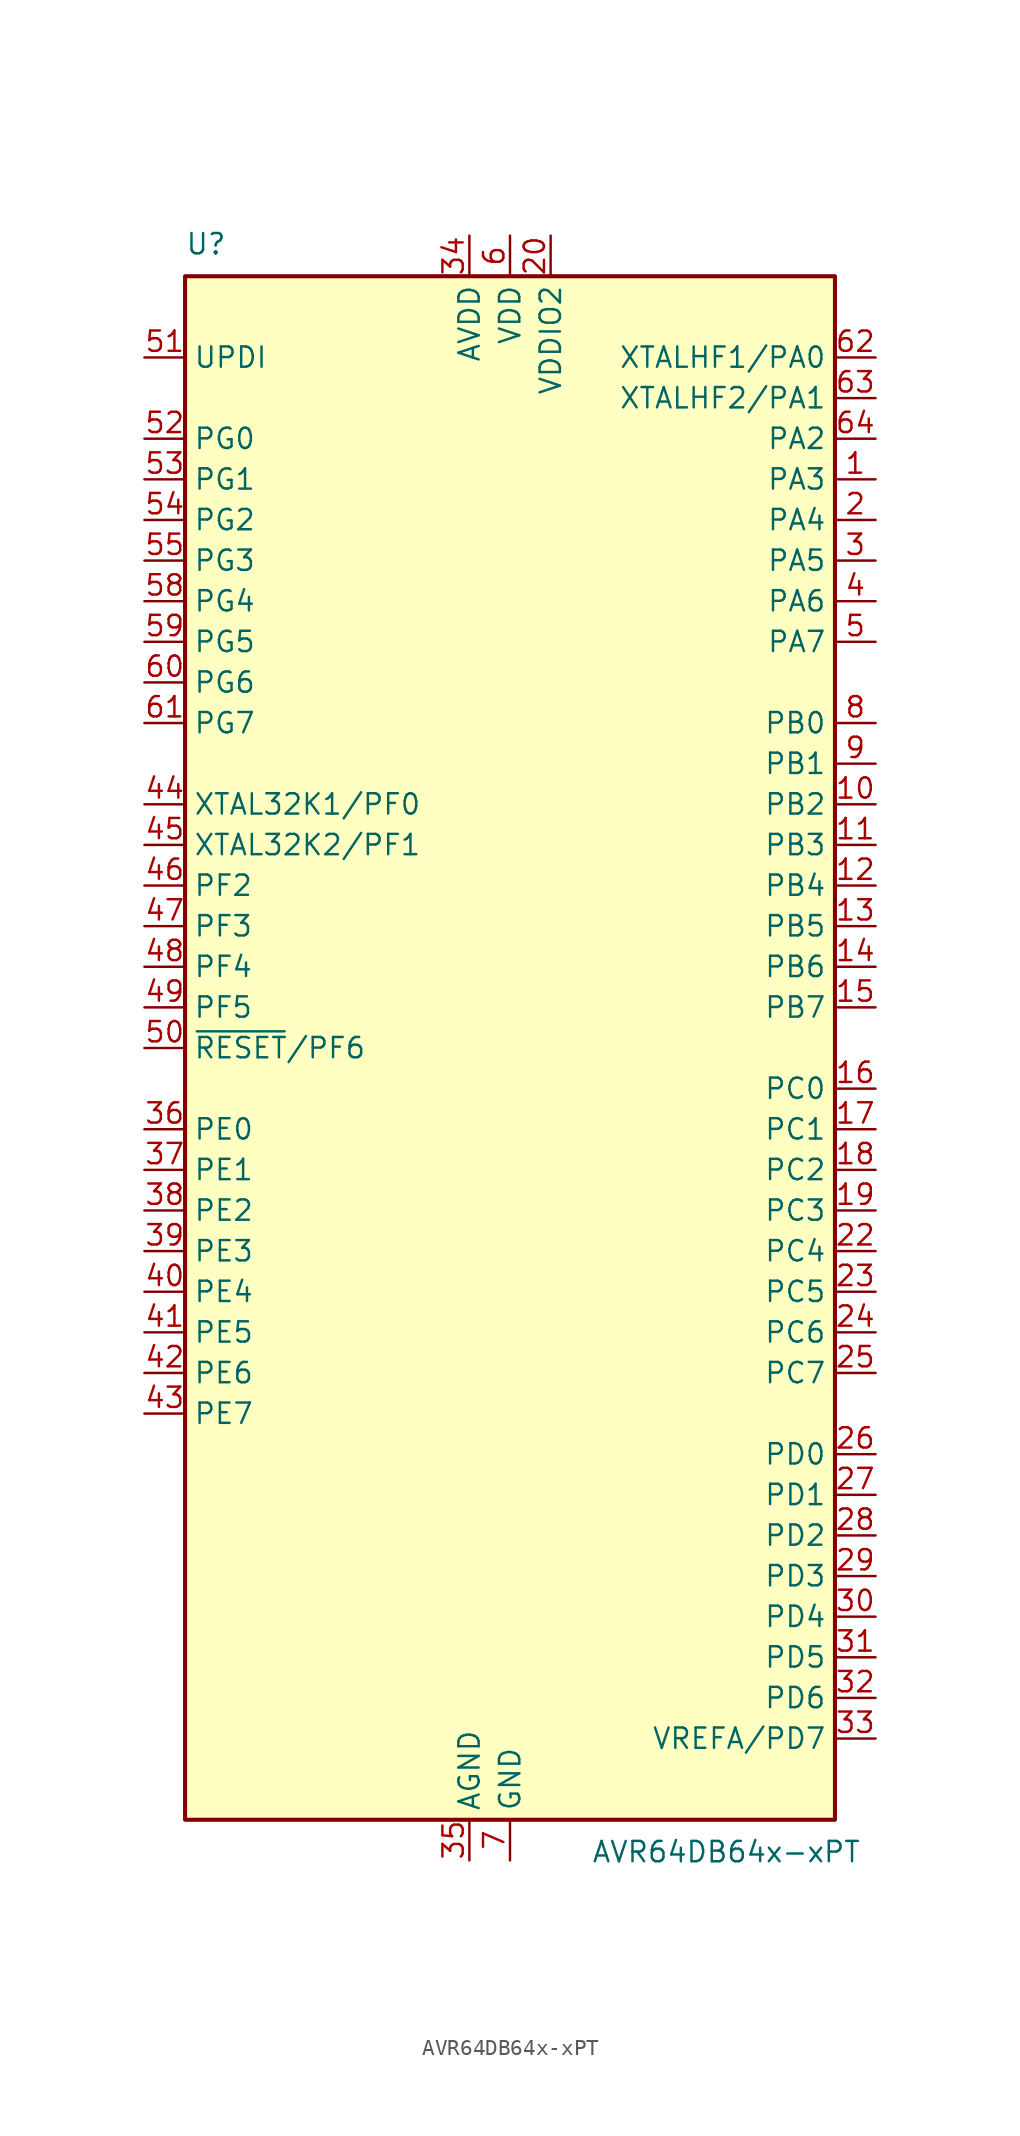
<source format=kicad_sym>
(kicad_symbol_lib
  (version 20211014)
  (generator kicad_symbol_editor)
  (symbol "AVR64DB64x-xPT"
    (property "Reference" "U"
      (at -20.32 49.53 0)
      (effects (font (size 1.27 1.27)) (justify left bottom)))
    (property "Value" "AVR64DB64x-xPT"
      (at 5.08 -49.53 0)
      (effects (font (size 1.27 1.27)) (justify left top)))
    (symbol "AVR64DB64x-xPT_0_1"
      (rectangle (start -20.32 48.26) (end 20.32 -48.26) (stroke (width 0.254) (type default) (color 0 0 0 0)) (fill (type background))))
    (symbol "AVR64DB64x-xPT_1_1"
      (pin bidirectional line (at 22.86 43.18 180) (length 2.54) (name "XTALHF1/PA0" (effects (font (size 1.27 1.27)))) (number "62" (effects (font (size 1.27 1.27)))))
      (pin bidirectional line (at 22.86 40.64 180) (length 2.54) (name "XTALHF2/PA1" (effects (font (size 1.27 1.27)))) (number "63" (effects (font (size 1.27 1.27)))))
      (pin bidirectional line (at 22.86 38.10 180) (length 2.54) (name "PA2" (effects (font (size 1.27 1.27)))) (number "64" (effects (font (size 1.27 1.27)))))
      (pin bidirectional line (at 22.86 35.56 180) (length 2.54) (name "PA3" (effects (font (size 1.27 1.27)))) (number "1" (effects (font (size 1.27 1.27)))))
      (pin bidirectional line (at 22.86 33.02 180) (length 2.54) (name "PA4" (effects (font (size 1.27 1.27)))) (number "2" (effects (font (size 1.27 1.27)))))
      (pin bidirectional line (at 22.86 30.48 180) (length 2.54) (name "PA5" (effects (font (size 1.27 1.27)))) (number "3" (effects (font (size 1.27 1.27)))))
      (pin bidirectional line (at 22.86 27.94 180) (length 2.54) (name "PA6" (effects (font (size 1.27 1.27)))) (number "4" (effects (font (size 1.27 1.27)))))
      (pin bidirectional line (at 22.86 25.40 180) (length 2.54) (name "PA7" (effects (font (size 1.27 1.27)))) (number "5" (effects (font (size 1.27 1.27)))))
      (pin bidirectional line (at 22.86 20.32 180) (length 2.54) (name "PB0" (effects (font (size 1.27 1.27)))) (number "8" (effects (font (size 1.27 1.27)))))
      (pin bidirectional line (at 22.86 17.78 180) (length 2.54) (name "PB1" (effects (font (size 1.27 1.27)))) (number "9" (effects (font (size 1.27 1.27)))))
      (pin bidirectional line (at 22.86 15.24 180) (length 2.54) (name "PB2" (effects (font (size 1.27 1.27)))) (number "10" (effects (font (size 1.27 1.27)))))
      (pin bidirectional line (at 22.86 12.70 180) (length 2.54) (name "PB3" (effects (font (size 1.27 1.27)))) (number "11" (effects (font (size 1.27 1.27)))))
      (pin bidirectional line (at 22.86 10.16 180) (length 2.54) (name "PB4" (effects (font (size 1.27 1.27)))) (number "12" (effects (font (size 1.27 1.27)))))
      (pin bidirectional line (at 22.86 7.62 180) (length 2.54) (name "PB5" (effects (font (size 1.27 1.27)))) (number "13" (effects (font (size 1.27 1.27)))))
      (pin bidirectional line (at 22.86 5.08 180) (length 2.54) (name "PB6" (effects (font (size 1.27 1.27)))) (number "14" (effects (font (size 1.27 1.27)))))
      (pin bidirectional line (at 22.86 2.54 180) (length 2.54) (name "PB7" (effects (font (size 1.27 1.27)))) (number "15" (effects (font (size 1.27 1.27)))))
      (pin bidirectional line (at 22.86 -2.54 180) (length 2.54) (name "PC0" (effects (font (size 1.27 1.27)))) (number "16" (effects (font (size 1.27 1.27)))))
      (pin bidirectional line (at 22.86 -5.08 180) (length 2.54) (name "PC1" (effects (font (size 1.27 1.27)))) (number "17" (effects (font (size 1.27 1.27)))))
      (pin bidirectional line (at 22.86 -7.62 180) (length 2.54) (name "PC2" (effects (font (size 1.27 1.27)))) (number "18" (effects (font (size 1.27 1.27)))))
      (pin bidirectional line (at 22.86 -10.16 180) (length 2.54) (name "PC3" (effects (font (size 1.27 1.27)))) (number "19" (effects (font (size 1.27 1.27)))))
      (pin bidirectional line (at 22.86 -12.70 180) (length 2.54) (name "PC4" (effects (font (size 1.27 1.27)))) (number "22" (effects (font (size 1.27 1.27)))))
      (pin bidirectional line (at 22.86 -15.24 180) (length 2.54) (name "PC5" (effects (font (size 1.27 1.27)))) (number "23" (effects (font (size 1.27 1.27)))))
      (pin bidirectional line (at 22.86 -17.78 180) (length 2.54) (name "PC6" (effects (font (size 1.27 1.27)))) (number "24" (effects (font (size 1.27 1.27)))))
      (pin bidirectional line (at 22.86 -20.32 180) (length 2.54) (name "PC7" (effects (font (size 1.27 1.27)))) (number "25" (effects (font (size 1.27 1.27)))))
      (pin bidirectional line (at 22.86 -25.40 180) (length 2.54) (name "PD0" (effects (font (size 1.27 1.27)))) (number "26" (effects (font (size 1.27 1.27)))))
      (pin bidirectional line (at 22.86 -27.94 180) (length 2.54) (name "PD1" (effects (font (size 1.27 1.27)))) (number "27" (effects (font (size 1.27 1.27)))))
      (pin bidirectional line (at 22.86 -30.48 180) (length 2.54) (name "PD2" (effects (font (size 1.27 1.27)))) (number "28" (effects (font (size 1.27 1.27)))))
      (pin bidirectional line (at 22.86 -33.02 180) (length 2.54) (name "PD3" (effects (font (size 1.27 1.27)))) (number "29" (effects (font (size 1.27 1.27)))))
      (pin bidirectional line (at 22.86 -35.56 180) (length 2.54) (name "PD4" (effects (font (size 1.27 1.27)))) (number "30" (effects (font (size 1.27 1.27)))))
      (pin bidirectional line (at 22.86 -38.10 180) (length 2.54) (name "PD5" (effects (font (size 1.27 1.27)))) (number "31" (effects (font (size 1.27 1.27)))))
      (pin bidirectional line (at 22.86 -40.64 180) (length 2.54) (name "PD6" (effects (font (size 1.27 1.27)))) (number "32" (effects (font (size 1.27 1.27)))))
      (pin bidirectional line (at 22.86 -43.18 180) (length 2.54) (name "VREFA/PD7" (effects (font (size 1.27 1.27)))) (number "33" (effects (font (size 1.27 1.27)))))
      (pin input line (at -22.86 43.18 0) (length 2.54) (name "UPDI" (effects (font (size 1.27 1.27)))) (number "51" (effects (font (size 1.27 1.27)))))
      (pin bidirectional line (at -22.86 38.10 0) (length 2.54) (name "PG0" (effects (font (size 1.27 1.27)))) (number "52" (effects (font (size 1.27 1.27)))))
      (pin bidirectional line (at -22.86 35.56 0) (length 2.54) (name "PG1" (effects (font (size 1.27 1.27)))) (number "53" (effects (font (size 1.27 1.27)))))
      (pin bidirectional line (at -22.86 33.02 0) (length 2.54) (name "PG2" (effects (font (size 1.27 1.27)))) (number "54" (effects (font (size 1.27 1.27)))))
      (pin bidirectional line (at -22.86 30.48 0) (length 2.54) (name "PG3" (effects (font (size 1.27 1.27)))) (number "55" (effects (font (size 1.27 1.27)))))
      (pin bidirectional line (at -22.86 27.94 0) (length 2.54) (name "PG4" (effects (font (size 1.27 1.27)))) (number "58" (effects (font (size 1.27 1.27)))))
      (pin bidirectional line (at -22.86 25.40 0) (length 2.54) (name "PG5" (effects (font (size 1.27 1.27)))) (number "59" (effects (font (size 1.27 1.27)))))
      (pin bidirectional line (at -22.86 22.86 0) (length 2.54) (name "PG6" (effects (font (size 1.27 1.27)))) (number "60" (effects (font (size 1.27 1.27)))))
      (pin bidirectional line (at -22.86 20.32 0) (length 2.54) (name "PG7" (effects (font (size 1.27 1.27)))) (number "61" (effects (font (size 1.27 1.27)))))
      (pin bidirectional line (at -22.86 15.24 0) (length 2.54) (name "XTAL32K1/PF0" (effects (font (size 1.27 1.27)))) (number "44" (effects (font (size 1.27 1.27)))))
      (pin bidirectional line (at -22.86 12.70 0) (length 2.54) (name "XTAL32K2/PF1" (effects (font (size 1.27 1.27)))) (number "45" (effects (font (size 1.27 1.27)))))
      (pin bidirectional line (at -22.86 10.16 0) (length 2.54) (name "PF2" (effects (font (size 1.27 1.27)))) (number "46" (effects (font (size 1.27 1.27)))))
      (pin bidirectional line (at -22.86 7.62 0) (length 2.54) (name "PF3" (effects (font (size 1.27 1.27)))) (number "47" (effects (font (size 1.27 1.27)))))
      (pin bidirectional line (at -22.86 5.08 0) (length 2.54) (name "PF4" (effects (font (size 1.27 1.27)))) (number "48" (effects (font (size 1.27 1.27)))))
      (pin bidirectional line (at -22.86 2.54 0) (length 2.54) (name "PF5" (effects (font (size 1.27 1.27)))) (number "49" (effects (font (size 1.27 1.27)))))
      (pin bidirectional line (at -22.86 0.00 0) (length 2.54) (name "~{RESET}/PF6" (effects (font (size 1.27 1.27)))) (number "50" (effects (font (size 1.27 1.27)))))
      (pin bidirectional line (at -22.86 -5.08 0) (length 2.54) (name "PE0" (effects (font (size 1.27 1.27)))) (number "36" (effects (font (size 1.27 1.27)))))
      (pin bidirectional line (at -22.86 -7.62 0) (length 2.54) (name "PE1" (effects (font (size 1.27 1.27)))) (number "37" (effects (font (size 1.27 1.27)))))
      (pin bidirectional line (at -22.86 -10.16 0) (length 2.54) (name "PE2" (effects (font (size 1.27 1.27)))) (number "38" (effects (font (size 1.27 1.27)))))
      (pin bidirectional line (at -22.86 -12.70 0) (length 2.54) (name "PE3" (effects (font (size 1.27 1.27)))) (number "39" (effects (font (size 1.27 1.27)))))
      (pin bidirectional line (at -22.86 -15.24 0) (length 2.54) (name "PE4" (effects (font (size 1.27 1.27)))) (number "40" (effects (font (size 1.27 1.27)))))
      (pin bidirectional line (at -22.86 -17.78 0) (length 2.54) (name "PE5" (effects (font (size 1.27 1.27)))) (number "41" (effects (font (size 1.27 1.27)))))
      (pin bidirectional line (at -22.86 -20.32 0) (length 2.54) (name "PE6" (effects (font (size 1.27 1.27)))) (number "42" (effects (font (size 1.27 1.27)))))
      (pin bidirectional line (at -22.86 -22.86 0) (length 2.54) (name "PE7" (effects (font (size 1.27 1.27)))) (number "43" (effects (font (size 1.27 1.27)))))
      (pin power_in line (at -2.54 50.80 270) (length 2.54) (name "AVDD" (effects (font (size 1.27 1.27)))) (number "34" (effects (font (size 1.27 1.27)))))
      (pin power_in line (at 0.00 50.80 270) (length 2.54) (name "VDD" (effects (font (size 1.27 1.27)))) (number "6" (effects (font (size 1.27 1.27)))))
      (pin passive line (at 0.00 50.80 270) (length 2.54) hide (name "VDD" (effects (font (size 1.27 1.27)))) (number "56" (effects (font (size 1.27 1.27)))))
      (pin power_in line (at 2.54 50.80 270) (length 2.54) (name "VDDIO2" (effects (font (size 1.27 1.27)))) (number "20" (effects (font (size 1.27 1.27)))))
      (pin power_in line (at -2.54 -50.80 90) (length 2.54) (name "AGND" (effects (font (size 1.27 1.27)))) (number "35" (effects (font (size 1.27 1.27)))))
      (pin power_in line (at 0.00 -50.80 90) (length 2.54) (name "GND" (effects (font (size 1.27 1.27)))) (number "7" (effects (font (size 1.27 1.27)))))
      (pin passive line (at 0.00 -50.80 90) (length 2.54) hide (name "GND" (effects (font (size 1.27 1.27)))) (number "21" (effects (font (size 1.27 1.27)))))
      (pin passive line (at 0.00 -50.80 90) (length 2.54) hide (name "GND" (effects (font (size 1.27 1.27)))) (number "57" (effects (font (size 1.27 1.27))))))))
</source>
